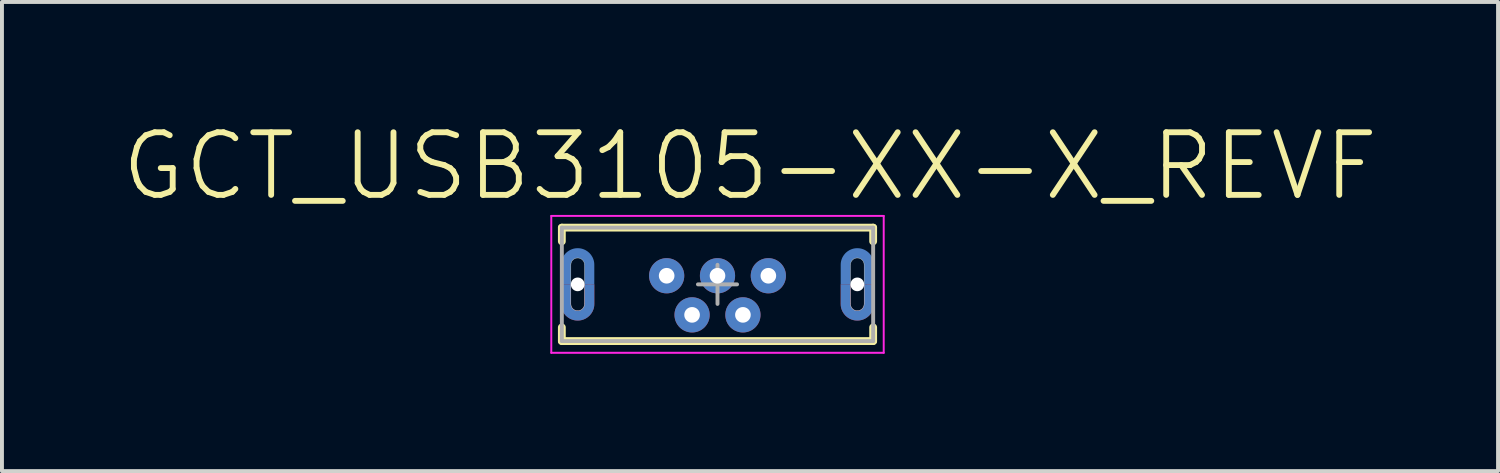
<source format=kicad_pcb>
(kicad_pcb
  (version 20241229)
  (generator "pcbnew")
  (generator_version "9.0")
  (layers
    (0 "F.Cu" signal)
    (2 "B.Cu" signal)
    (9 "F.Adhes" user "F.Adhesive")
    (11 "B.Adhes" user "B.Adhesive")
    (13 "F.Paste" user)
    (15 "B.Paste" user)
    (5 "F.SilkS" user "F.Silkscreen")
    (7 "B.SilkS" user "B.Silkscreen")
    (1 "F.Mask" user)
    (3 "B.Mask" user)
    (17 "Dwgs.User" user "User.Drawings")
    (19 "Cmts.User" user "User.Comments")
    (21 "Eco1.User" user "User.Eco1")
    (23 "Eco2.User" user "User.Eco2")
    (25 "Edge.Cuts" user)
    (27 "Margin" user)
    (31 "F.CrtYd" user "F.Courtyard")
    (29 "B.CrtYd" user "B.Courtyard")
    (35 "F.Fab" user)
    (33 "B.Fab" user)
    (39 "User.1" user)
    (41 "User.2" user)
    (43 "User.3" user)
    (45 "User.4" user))
  (footprint "GCT_USB3105-XX-X_REVF"
    (layer "F.Cu")
    (at 15.296 4.221)
    (property "Reference" "GCT_USB3105-XX-X_REVF" (at 0.831 -3.021 0) (layer "F.SilkS") (effects (font (size 1.602 1.602) (thickness 0.15))))
    (attr through_hole)
    (fp_poly (pts (xy -4.103 -1.025) (xy -3.05 -1.025) (xy -3.05 1.026) (xy -4.103 1.026)) (stroke (width 0.01) (type solid)) (fill yes) (layer "F.Mask"))
    (fp_poly (pts (xy 3.052 -1.025) (xy 4.1 -1.025) (xy 4.1 1.026) (xy 3.052 1.026)) (stroke (width 0.01) (type solid)) (fill yes) (layer "F.Mask"))
    (fp_poly (pts (xy -3.75 0) (xy -4 0) (xy -4 0.5) (xy -3.999 0.522) (xy -3.998 0.544) (xy -3.995 0.566) (xy -3.991 0.588) (xy -3.986 0.61) (xy -3.979 0.631) (xy -3.972 0.652) (xy -3.963 0.673) (xy -3.954 0.693) (xy -3.943 0.713) (xy -3.931 0.731) (xy -3.919 0.75) (xy -3.905 0.767) (xy -3.891 0.784) (xy -3.876 0.801) (xy -3.859 0.816) (xy -3.842 0.83) (xy -3.825 0.844) (xy -3.806 0.856) (xy -3.788 0.868) (xy -3.768 0.879) (xy -3.748 0.888) (xy -3.727 0.897) (xy -3.706 0.904) (xy -3.685 0.911) (xy -3.663 0.916) (xy -3.641 0.92) (xy -3.619 0.923) (xy -3.597 0.924) (xy -3.575 0.925) (xy -3.553 0.924) (xy -3.531 0.923) (xy -3.509 0.92) (xy -3.487 0.916) (xy -3.465 0.911) (xy -3.444 0.904) (xy -3.423 0.897) (xy -3.402 0.888) (xy -3.382 0.879) (xy -3.362 0.868) (xy -3.344 0.856) (xy -3.325 0.844) (xy -3.308 0.83) (xy -3.291 0.816) (xy -3.274 0.801) (xy -3.259 0.784) (xy -3.245 0.767) (xy -3.231 0.75) (xy -3.219 0.731) (xy -3.207 0.712) (xy -3.196 0.693) (xy -3.187 0.673) (xy -3.178 0.652) (xy -3.171 0.631) (xy -3.164 0.61) (xy -3.159 0.588) (xy -3.155 0.566) (xy -3.152 0.544) (xy -3.151 0.522) (xy -3.15 0.5) (xy -3.15 0) (xy -3.4 0) (xy -3.4 0.5) (xy -3.4 0.509) (xy -3.401 0.518) (xy -3.402 0.527) (xy -3.404 0.536) (xy -3.406 0.545) (xy -3.409 0.554) (xy -3.412 0.563) (xy -3.415 0.571) (xy -3.419 0.579) (xy -3.423 0.587) (xy -3.428 0.595) (xy -3.433 0.603) (xy -3.439 0.61) (xy -3.445 0.617) (xy -3.451 0.624) (xy -3.458 0.63) (xy -3.465 0.636) (xy -3.472 0.642) (xy -3.48 0.647) (xy -3.487 0.652) (xy -3.496 0.656) (xy -3.504 0.66) (xy -3.512 0.663) (xy -3.521 0.666) (xy -3.53 0.669) (xy -3.539 0.671) (xy -3.548 0.673) (xy -3.557 0.674) (xy -3.566 0.675) (xy -3.575 0.675) (xy -3.584 0.675) (xy -3.593 0.674) (xy -3.602 0.673) (xy -3.611 0.671) (xy -3.62 0.669) (xy -3.629 0.666) (xy -3.638 0.663) (xy -3.646 0.66) (xy -3.654 0.656) (xy -3.663 0.652) (xy -3.67 0.647) (xy -3.678 0.642) (xy -3.685 0.636) (xy -3.692 0.63) (xy -3.699 0.624) (xy -3.705 0.617) (xy -3.711 0.61) (xy -3.717 0.603) (xy -3.722 0.595) (xy -3.727 0.588) (xy -3.731 0.579) (xy -3.735 0.571) (xy -3.738 0.563) (xy -3.741 0.554) (xy -3.744 0.545) (xy -3.746 0.536) (xy -3.748 0.527) (xy -3.749 0.518) (xy -3.75 0.509) (xy -3.75 0.5) (xy -3.75 0)) (stroke (width 0.001) (type solid)) (fill yes) (layer "B.Cu"))
    (fp_poly (pts (xy -3.4 0) (xy -3.15 0) (xy -3.15 -0.5) (xy -3.151 -0.522) (xy -3.152 -0.544) (xy -3.155 -0.566) (xy -3.159 -0.588) (xy -3.164 -0.61) (xy -3.171 -0.631) (xy -3.178 -0.652) (xy -3.187 -0.673) (xy -3.196 -0.693) (xy -3.207 -0.712) (xy -3.219 -0.731) (xy -3.231 -0.75) (xy -3.245 -0.767) (xy -3.259 -0.784) (xy -3.274 -0.801) (xy -3.291 -0.816) (xy -3.308 -0.83) (xy -3.325 -0.844) (xy -3.344 -0.856) (xy -3.362 -0.868) (xy -3.382 -0.879) (xy -3.402 -0.888) (xy -3.423 -0.897) (xy -3.444 -0.904) (xy -3.465 -0.911) (xy -3.487 -0.916) (xy -3.509 -0.92) (xy -3.531 -0.923) (xy -3.553 -0.924) (xy -3.575 -0.925) (xy -3.597 -0.924) (xy -3.619 -0.923) (xy -3.641 -0.92) (xy -3.663 -0.916) (xy -3.685 -0.911) (xy -3.706 -0.904) (xy -3.727 -0.897) (xy -3.748 -0.888) (xy -3.768 -0.879) (xy -3.788 -0.868) (xy -3.806 -0.856) (xy -3.825 -0.844) (xy -3.842 -0.83) (xy -3.859 -0.816) (xy -3.876 -0.801) (xy -3.891 -0.784) (xy -3.905 -0.767) (xy -3.919 -0.75) (xy -3.931 -0.731) (xy -3.943 -0.713) (xy -3.954 -0.693) (xy -3.963 -0.673) (xy -3.972 -0.652) (xy -3.979 -0.631) (xy -3.986 -0.61) (xy -3.991 -0.588) (xy -3.995 -0.566) (xy -3.998 -0.544) (xy -3.999 -0.522) (xy -4 -0.5) (xy -4 0) (xy -3.75 0) (xy -3.75 -0.5) (xy -3.75 -0.509) (xy -3.749 -0.518) (xy -3.748 -0.527) (xy -3.746 -0.536) (xy -3.744 -0.545) (xy -3.741 -0.554) (xy -3.738 -0.563) (xy -3.735 -0.571) (xy -3.731 -0.579) (xy -3.727 -0.588) (xy -3.722 -0.595) (xy -3.717 -0.603) (xy -3.711 -0.61) (xy -3.705 -0.617) (xy -3.699 -0.624) (xy -3.692 -0.63) (xy -3.685 -0.636) (xy -3.678 -0.642) (xy -3.67 -0.647) (xy -3.663 -0.652) (xy -3.654 -0.656) (xy -3.646 -0.66) (xy -3.638 -0.663) (xy -3.629 -0.666) (xy -3.62 -0.669) (xy -3.611 -0.671) (xy -3.602 -0.673) (xy -3.593 -0.674) (xy -3.584 -0.675) (xy -3.575 -0.675) (xy -3.566 -0.675) (xy -3.557 -0.674) (xy -3.548 -0.673) (xy -3.539 -0.671) (xy -3.53 -0.669) (xy -3.521 -0.666) (xy -3.512 -0.663) (xy -3.504 -0.66) (xy -3.496 -0.656) (xy -3.487 -0.652) (xy -3.48 -0.647) (xy -3.472 -0.642) (xy -3.465 -0.636) (xy -3.458 -0.63) (xy -3.451 -0.624) (xy -3.445 -0.617) (xy -3.439 -0.61) (xy -3.433 -0.603) (xy -3.428 -0.595) (xy -3.423 -0.587) (xy -3.419 -0.579) (xy -3.415 -0.571) (xy -3.412 -0.563) (xy -3.409 -0.554) (xy -3.406 -0.545) (xy -3.404 -0.536) (xy -3.402 -0.527) (xy -3.401 -0.518) (xy -3.4 -0.509) (xy -3.4 -0.5) (xy -3.4 0)) (stroke (width 0.001) (type solid)) (fill yes) (layer "B.Cu"))
    (fp_poly (pts (xy 3.4 0) (xy 3.15 0) (xy 3.15 0.5) (xy 3.151 0.522) (xy 3.152 0.544) (xy 3.155 0.566) (xy 3.159 0.588) (xy 3.164 0.61) (xy 3.171 0.631) (xy 3.178 0.652) (xy 3.187 0.673) (xy 3.196 0.693) (xy 3.207 0.712) (xy 3.219 0.731) (xy 3.231 0.75) (xy 3.245 0.767) (xy 3.259 0.784) (xy 3.274 0.801) (xy 3.291 0.816) (xy 3.308 0.83) (xy 3.325 0.844) (xy 3.344 0.856) (xy 3.362 0.868) (xy 3.382 0.879) (xy 3.402 0.888) (xy 3.423 0.897) (xy 3.444 0.904) (xy 3.465 0.911) (xy 3.487 0.916) (xy 3.509 0.92) (xy 3.531 0.923) (xy 3.553 0.924) (xy 3.575 0.925) (xy 3.597 0.924) (xy 3.619 0.923) (xy 3.641 0.92) (xy 3.663 0.916) (xy 3.685 0.911) (xy 3.706 0.904) (xy 3.727 0.897) (xy 3.748 0.888) (xy 3.768 0.879) (xy 3.788 0.868) (xy 3.806 0.856) (xy 3.825 0.844) (xy 3.842 0.83) (xy 3.859 0.816) (xy 3.876 0.801) (xy 3.891 0.784) (xy 3.905 0.767) (xy 3.919 0.75) (xy 3.931 0.731) (xy 3.943 0.713) (xy 3.954 0.693) (xy 3.963 0.673) (xy 3.972 0.652) (xy 3.979 0.631) (xy 3.986 0.61) (xy 3.991 0.588) (xy 3.995 0.566) (xy 3.998 0.544) (xy 3.999 0.522) (xy 4 0.5) (xy 4 0) (xy 3.75 0) (xy 3.75 0.5) (xy 3.75 0.509) (xy 3.749 0.518) (xy 3.748 0.527) (xy 3.746 0.536) (xy 3.744 0.545) (xy 3.741 0.554) (xy 3.738 0.563) (xy 3.735 0.571) (xy 3.731 0.579) (xy 3.727 0.588) (xy 3.722 0.595) (xy 3.717 0.603) (xy 3.711 0.61) (xy 3.705 0.617) (xy 3.699 0.624) (xy 3.692 0.63) (xy 3.685 0.636) (xy 3.678 0.642) (xy 3.67 0.647) (xy 3.663 0.652) (xy 3.654 0.656) (xy 3.646 0.66) (xy 3.638 0.663) (xy 3.629 0.666) (xy 3.62 0.669) (xy 3.611 0.671) (xy 3.602 0.673) (xy 3.593 0.674) (xy 3.584 0.675) (xy 3.575 0.675) (xy 3.566 0.675) (xy 3.557 0.674) (xy 3.548 0.673) (xy 3.539 0.671) (xy 3.53 0.669) (xy 3.521 0.666) (xy 3.512 0.663) (xy 3.504 0.66) (xy 3.496 0.656) (xy 3.487 0.652) (xy 3.48 0.647) (xy 3.472 0.642) (xy 3.465 0.636) (xy 3.458 0.63) (xy 3.451 0.624) (xy 3.445 0.617) (xy 3.439 0.61) (xy 3.433 0.603) (xy 3.428 0.595) (xy 3.423 0.587) (xy 3.419 0.579) (xy 3.415 0.571) (xy 3.412 0.563) (xy 3.409 0.554) (xy 3.406 0.545) (xy 3.404 0.536) (xy 3.402 0.527) (xy 3.401 0.518) (xy 3.4 0.509) (xy 3.4 0.5) (xy 3.4 0)) (stroke (width 0.001) (type solid)) (fill yes) (layer "B.Cu"))
    (fp_poly (pts (xy 3.75 0) (xy 4 0) (xy 4 -0.5) (xy 3.999 -0.522) (xy 3.998 -0.544) (xy 3.995 -0.566) (xy 3.991 -0.588) (xy 3.986 -0.61) (xy 3.979 -0.631) (xy 3.972 -0.652) (xy 3.963 -0.673) (xy 3.954 -0.693) (xy 3.943 -0.713) (xy 3.931 -0.731) (xy 3.919 -0.75) (xy 3.905 -0.767) (xy 3.891 -0.784) (xy 3.876 -0.801) (xy 3.859 -0.816) (xy 3.842 -0.83) (xy 3.825 -0.844) (xy 3.806 -0.856) (xy 3.788 -0.868) (xy 3.768 -0.879) (xy 3.748 -0.888) (xy 3.727 -0.897) (xy 3.706 -0.904) (xy 3.685 -0.911) (xy 3.663 -0.916) (xy 3.641 -0.92) (xy 3.619 -0.923) (xy 3.597 -0.924) (xy 3.575 -0.925) (xy 3.553 -0.924) (xy 3.531 -0.923) (xy 3.509 -0.92) (xy 3.487 -0.916) (xy 3.465 -0.911) (xy 3.444 -0.904) (xy 3.423 -0.897) (xy 3.402 -0.888) (xy 3.382 -0.879) (xy 3.362 -0.868) (xy 3.344 -0.856) (xy 3.325 -0.844) (xy 3.308 -0.83) (xy 3.291 -0.816) (xy 3.274 -0.801) (xy 3.259 -0.784) (xy 3.245 -0.767) (xy 3.231 -0.75) (xy 3.219 -0.731) (xy 3.207 -0.712) (xy 3.196 -0.693) (xy 3.187 -0.673) (xy 3.178 -0.652) (xy 3.171 -0.631) (xy 3.164 -0.61) (xy 3.159 -0.588) (xy 3.155 -0.566) (xy 3.152 -0.544) (xy 3.151 -0.522) (xy 3.15 -0.5) (xy 3.15 0) (xy 3.4 0) (xy 3.4 -0.5) (xy 3.4 -0.509) (xy 3.401 -0.518) (xy 3.402 -0.527) (xy 3.404 -0.536) (xy 3.406 -0.545) (xy 3.409 -0.554) (xy 3.412 -0.563) (xy 3.415 -0.571) (xy 3.419 -0.579) (xy 3.423 -0.587) (xy 3.428 -0.595) (xy 3.433 -0.603) (xy 3.439 -0.61) (xy 3.445 -0.617) (xy 3.451 -0.624) (xy 3.458 -0.63) (xy 3.465 -0.636) (xy 3.472 -0.642) (xy 3.48 -0.647) (xy 3.487 -0.652) (xy 3.496 -0.656) (xy 3.504 -0.66) (xy 3.512 -0.663) (xy 3.521 -0.666) (xy 3.53 -0.669) (xy 3.539 -0.671) (xy 3.548 -0.673) (xy 3.557 -0.674) (xy 3.566 -0.675) (xy 3.575 -0.675) (xy 3.584 -0.675) (xy 3.593 -0.674) (xy 3.602 -0.673) (xy 3.611 -0.671) (xy 3.62 -0.669) (xy 3.629 -0.666) (xy 3.638 -0.663) (xy 3.646 -0.66) (xy 3.654 -0.656) (xy 3.663 -0.652) (xy 3.67 -0.647) (xy 3.678 -0.642) (xy 3.685 -0.636) (xy 3.692 -0.63) (xy 3.699 -0.624) (xy 3.705 -0.617) (xy 3.711 -0.61) (xy 3.717 -0.603) (xy 3.722 -0.595) (xy 3.727 -0.588) (xy 3.731 -0.579) (xy 3.735 -0.571) (xy 3.738 -0.563) (xy 3.741 -0.554) (xy 3.744 -0.545) (xy 3.746 -0.536) (xy 3.748 -0.527) (xy 3.749 -0.518) (xy 3.75 -0.509) (xy 3.75 -0.5) (xy 3.75 0)) (stroke (width 0.001) (type solid)) (fill yes) (layer "B.Cu"))
    (fp_poly (pts (xy -4.108 -1.025) (xy -3.05 -1.025) (xy -3.05 1.027) (xy -4.108 1.027)) (stroke (width 0.01) (type solid)) (fill yes) (layer "B.Mask"))
    (fp_poly (pts (xy 3.053 -1.025) (xy 4.1 -1.025) (xy 4.1 1.026) (xy 3.053 1.026)) (stroke (width 0.01) (type solid)) (fill yes) (layer "B.Mask"))
    (fp_line (start -3.98 -1.45) (end 3.98 -1.45) (stroke (width 0.2) (type solid)) (layer "F.SilkS"))
    (fp_line (start -3.98 -1.1) (end -3.98 -1.45) (stroke (width 0.2) (type solid)) (layer "F.SilkS"))
    (fp_line (start -3.98 1.45) (end -3.98 1.1) (stroke (width 0.2) (type solid)) (layer "F.SilkS"))
    (fp_line (start -3.98 1.45) (end 3.98 1.45) (stroke (width 0.2) (type solid)) (layer "F.SilkS"))
    (fp_line (start 3.98 -1.1) (end 3.98 -1.45) (stroke (width 0.2) (type solid)) (layer "F.SilkS"))
    (fp_line (start 3.98 1.45) (end 3.98 1.1) (stroke (width 0.2) (type solid)) (layer "F.SilkS"))
    (fp_poly (pts (xy -3.75 0) (xy -4 0) (xy -4 0.5) (xy -3.999 0.522) (xy -3.998 0.544) (xy -3.995 0.566) (xy -3.991 0.588) (xy -3.986 0.61) (xy -3.979 0.631) (xy -3.972 0.652) (xy -3.963 0.673) (xy -3.954 0.693) (xy -3.943 0.713) (xy -3.931 0.731) (xy -3.919 0.75) (xy -3.905 0.767) (xy -3.891 0.784) (xy -3.876 0.801) (xy -3.859 0.816) (xy -3.842 0.83) (xy -3.825 0.844) (xy -3.806 0.856) (xy -3.788 0.868) (xy -3.768 0.879) (xy -3.748 0.888) (xy -3.727 0.897) (xy -3.706 0.904) (xy -3.685 0.911) (xy -3.663 0.916) (xy -3.641 0.92) (xy -3.619 0.923) (xy -3.597 0.924) (xy -3.575 0.925) (xy -3.553 0.924) (xy -3.531 0.923) (xy -3.509 0.92) (xy -3.487 0.916) (xy -3.465 0.911) (xy -3.444 0.904) (xy -3.423 0.897) (xy -3.402 0.888) (xy -3.382 0.879) (xy -3.362 0.868) (xy -3.344 0.856) (xy -3.325 0.844) (xy -3.308 0.83) (xy -3.291 0.816) (xy -3.274 0.801) (xy -3.259 0.784) (xy -3.245 0.767) (xy -3.231 0.75) (xy -3.219 0.731) (xy -3.207 0.712) (xy -3.196 0.693) (xy -3.187 0.673) (xy -3.178 0.652) (xy -3.171 0.631) (xy -3.164 0.61) (xy -3.159 0.588) (xy -3.155 0.566) (xy -3.152 0.544) (xy -3.151 0.522) (xy -3.15 0.5) (xy -3.15 0) (xy -3.4 0) (xy -3.4 0.5) (xy -3.4 0.509) (xy -3.401 0.518) (xy -3.402 0.527) (xy -3.404 0.536) (xy -3.406 0.545) (xy -3.409 0.554) (xy -3.412 0.563) (xy -3.415 0.571) (xy -3.419 0.579) (xy -3.423 0.587) (xy -3.428 0.595) (xy -3.433 0.603) (xy -3.439 0.61) (xy -3.445 0.617) (xy -3.451 0.624) (xy -3.458 0.63) (xy -3.465 0.636) (xy -3.472 0.642) (xy -3.48 0.647) (xy -3.487 0.652) (xy -3.496 0.656) (xy -3.504 0.66) (xy -3.512 0.663) (xy -3.521 0.666) (xy -3.53 0.669) (xy -3.539 0.671) (xy -3.548 0.673) (xy -3.557 0.674) (xy -3.566 0.675) (xy -3.575 0.675) (xy -3.584 0.675) (xy -3.593 0.674) (xy -3.602 0.673) (xy -3.611 0.671) (xy -3.62 0.669) (xy -3.629 0.666) (xy -3.638 0.663) (xy -3.646 0.66) (xy -3.654 0.656) (xy -3.663 0.652) (xy -3.67 0.647) (xy -3.678 0.642) (xy -3.685 0.636) (xy -3.692 0.63) (xy -3.699 0.624) (xy -3.705 0.617) (xy -3.711 0.61) (xy -3.717 0.603) (xy -3.722 0.595) (xy -3.727 0.588) (xy -3.731 0.579) (xy -3.735 0.571) (xy -3.738 0.563) (xy -3.741 0.554) (xy -3.744 0.545) (xy -3.746 0.536) (xy -3.748 0.527) (xy -3.749 0.518) (xy -3.75 0.509) (xy -3.75 0.5) (xy -3.75 0)) (stroke (width 0.001) (type solid)) (fill yes) (layer "F.Paste"))
    (fp_poly (pts (xy -3.4 0) (xy -3.15 0) (xy -3.15 -0.5) (xy -3.151 -0.522) (xy -3.152 -0.544) (xy -3.155 -0.566) (xy -3.159 -0.588) (xy -3.164 -0.61) (xy -3.171 -0.631) (xy -3.178 -0.652) (xy -3.187 -0.673) (xy -3.196 -0.693) (xy -3.207 -0.712) (xy -3.219 -0.731) (xy -3.231 -0.75) (xy -3.245 -0.767) (xy -3.259 -0.784) (xy -3.274 -0.801) (xy -3.291 -0.816) (xy -3.308 -0.83) (xy -3.325 -0.844) (xy -3.344 -0.856) (xy -3.362 -0.868) (xy -3.382 -0.879) (xy -3.402 -0.888) (xy -3.423 -0.897) (xy -3.444 -0.904) (xy -3.465 -0.911) (xy -3.487 -0.916) (xy -3.509 -0.92) (xy -3.531 -0.923) (xy -3.553 -0.924) (xy -3.575 -0.925) (xy -3.597 -0.924) (xy -3.619 -0.923) (xy -3.641 -0.92) (xy -3.663 -0.916) (xy -3.685 -0.911) (xy -3.706 -0.904) (xy -3.727 -0.897) (xy -3.748 -0.888) (xy -3.768 -0.879) (xy -3.788 -0.868) (xy -3.806 -0.856) (xy -3.825 -0.844) (xy -3.842 -0.83) (xy -3.859 -0.816) (xy -3.876 -0.801) (xy -3.891 -0.784) (xy -3.905 -0.767) (xy -3.919 -0.75) (xy -3.931 -0.731) (xy -3.943 -0.713) (xy -3.954 -0.693) (xy -3.963 -0.673) (xy -3.972 -0.652) (xy -3.979 -0.631) (xy -3.986 -0.61) (xy -3.991 -0.588) (xy -3.995 -0.566) (xy -3.998 -0.544) (xy -3.999 -0.522) (xy -4 -0.5) (xy -4 0) (xy -3.75 0) (xy -3.75 -0.5) (xy -3.75 -0.509) (xy -3.749 -0.518) (xy -3.748 -0.527) (xy -3.746 -0.536) (xy -3.744 -0.545) (xy -3.741 -0.554) (xy -3.738 -0.563) (xy -3.735 -0.571) (xy -3.731 -0.579) (xy -3.727 -0.588) (xy -3.722 -0.595) (xy -3.717 -0.603) (xy -3.711 -0.61) (xy -3.705 -0.617) (xy -3.699 -0.624) (xy -3.692 -0.63) (xy -3.685 -0.636) (xy -3.678 -0.642) (xy -3.67 -0.647) (xy -3.663 -0.652) (xy -3.654 -0.656) (xy -3.646 -0.66) (xy -3.638 -0.663) (xy -3.629 -0.666) (xy -3.62 -0.669) (xy -3.611 -0.671) (xy -3.602 -0.673) (xy -3.593 -0.674) (xy -3.584 -0.675) (xy -3.575 -0.675) (xy -3.566 -0.675) (xy -3.557 -0.674) (xy -3.548 -0.673) (xy -3.539 -0.671) (xy -3.53 -0.669) (xy -3.521 -0.666) (xy -3.512 -0.663) (xy -3.504 -0.66) (xy -3.496 -0.656) (xy -3.487 -0.652) (xy -3.48 -0.647) (xy -3.472 -0.642) (xy -3.465 -0.636) (xy -3.458 -0.63) (xy -3.451 -0.624) (xy -3.445 -0.617) (xy -3.439 -0.61) (xy -3.433 -0.603) (xy -3.428 -0.595) (xy -3.423 -0.587) (xy -3.419 -0.579) (xy -3.415 -0.571) (xy -3.412 -0.563) (xy -3.409 -0.554) (xy -3.406 -0.545) (xy -3.404 -0.536) (xy -3.402 -0.527) (xy -3.401 -0.518) (xy -3.4 -0.509) (xy -3.4 -0.5) (xy -3.4 0)) (stroke (width 0.001) (type solid)) (fill yes) (layer "F.Paste"))
    (fp_poly (pts (xy 3.4 0) (xy 3.15 0) (xy 3.15 0.5) (xy 3.151 0.522) (xy 3.152 0.544) (xy 3.155 0.566) (xy 3.159 0.588) (xy 3.164 0.61) (xy 3.171 0.631) (xy 3.178 0.652) (xy 3.187 0.673) (xy 3.196 0.693) (xy 3.207 0.712) (xy 3.219 0.731) (xy 3.231 0.75) (xy 3.245 0.767) (xy 3.259 0.784) (xy 3.274 0.801) (xy 3.291 0.816) (xy 3.308 0.83) (xy 3.325 0.844) (xy 3.344 0.856) (xy 3.362 0.868) (xy 3.382 0.879) (xy 3.402 0.888) (xy 3.423 0.897) (xy 3.444 0.904) (xy 3.465 0.911) (xy 3.487 0.916) (xy 3.509 0.92) (xy 3.531 0.923) (xy 3.553 0.924) (xy 3.575 0.925) (xy 3.597 0.924) (xy 3.619 0.923) (xy 3.641 0.92) (xy 3.663 0.916) (xy 3.685 0.911) (xy 3.706 0.904) (xy 3.727 0.897) (xy 3.748 0.888) (xy 3.768 0.879) (xy 3.788 0.868) (xy 3.806 0.856) (xy 3.825 0.844) (xy 3.842 0.83) (xy 3.859 0.816) (xy 3.876 0.801) (xy 3.891 0.784) (xy 3.905 0.767) (xy 3.919 0.75) (xy 3.931 0.731) (xy 3.943 0.713) (xy 3.954 0.693) (xy 3.963 0.673) (xy 3.972 0.652) (xy 3.979 0.631) (xy 3.986 0.61) (xy 3.991 0.588) (xy 3.995 0.566) (xy 3.998 0.544) (xy 3.999 0.522) (xy 4 0.5) (xy 4 0) (xy 3.75 0) (xy 3.75 0.5) (xy 3.75 0.509) (xy 3.749 0.518) (xy 3.748 0.527) (xy 3.746 0.536) (xy 3.744 0.545) (xy 3.741 0.554) (xy 3.738 0.563) (xy 3.735 0.571) (xy 3.731 0.579) (xy 3.727 0.588) (xy 3.722 0.595) (xy 3.717 0.603) (xy 3.711 0.61) (xy 3.705 0.617) (xy 3.699 0.624) (xy 3.692 0.63) (xy 3.685 0.636) (xy 3.678 0.642) (xy 3.67 0.647) (xy 3.663 0.652) (xy 3.654 0.656) (xy 3.646 0.66) (xy 3.638 0.663) (xy 3.629 0.666) (xy 3.62 0.669) (xy 3.611 0.671) (xy 3.602 0.673) (xy 3.593 0.674) (xy 3.584 0.675) (xy 3.575 0.675) (xy 3.566 0.675) (xy 3.557 0.674) (xy 3.548 0.673) (xy 3.539 0.671) (xy 3.53 0.669) (xy 3.521 0.666) (xy 3.512 0.663) (xy 3.504 0.66) (xy 3.496 0.656) (xy 3.487 0.652) (xy 3.48 0.647) (xy 3.472 0.642) (xy 3.465 0.636) (xy 3.458 0.63) (xy 3.451 0.624) (xy 3.445 0.617) (xy 3.439 0.61) (xy 3.433 0.603) (xy 3.428 0.595) (xy 3.423 0.587) (xy 3.419 0.579) (xy 3.415 0.571) (xy 3.412 0.563) (xy 3.409 0.554) (xy 3.406 0.545) (xy 3.404 0.536) (xy 3.402 0.527) (xy 3.401 0.518) (xy 3.4 0.509) (xy 3.4 0.5) (xy 3.4 0)) (stroke (width 0.001) (type solid)) (fill yes) (layer "F.Paste"))
    (fp_poly (pts (xy 3.75 0) (xy 4 0) (xy 4 -0.5) (xy 3.999 -0.522) (xy 3.998 -0.544) (xy 3.995 -0.566) (xy 3.991 -0.588) (xy 3.986 -0.61) (xy 3.979 -0.631) (xy 3.972 -0.652) (xy 3.963 -0.673) (xy 3.954 -0.693) (xy 3.943 -0.713) (xy 3.931 -0.731) (xy 3.919 -0.75) (xy 3.905 -0.767) (xy 3.891 -0.784) (xy 3.876 -0.801) (xy 3.859 -0.816) (xy 3.842 -0.83) (xy 3.825 -0.844) (xy 3.806 -0.856) (xy 3.788 -0.868) (xy 3.768 -0.879) (xy 3.748 -0.888) (xy 3.727 -0.897) (xy 3.706 -0.904) (xy 3.685 -0.911) (xy 3.663 -0.916) (xy 3.641 -0.92) (xy 3.619 -0.923) (xy 3.597 -0.924) (xy 3.575 -0.925) (xy 3.553 -0.924) (xy 3.531 -0.923) (xy 3.509 -0.92) (xy 3.487 -0.916) (xy 3.465 -0.911) (xy 3.444 -0.904) (xy 3.423 -0.897) (xy 3.402 -0.888) (xy 3.382 -0.879) (xy 3.362 -0.868) (xy 3.344 -0.856) (xy 3.325 -0.844) (xy 3.308 -0.83) (xy 3.291 -0.816) (xy 3.274 -0.801) (xy 3.259 -0.784) (xy 3.245 -0.767) (xy 3.231 -0.75) (xy 3.219 -0.731) (xy 3.207 -0.712) (xy 3.196 -0.693) (xy 3.187 -0.673) (xy 3.178 -0.652) (xy 3.171 -0.631) (xy 3.164 -0.61) (xy 3.159 -0.588) (xy 3.155 -0.566) (xy 3.152 -0.544) (xy 3.151 -0.522) (xy 3.15 -0.5) (xy 3.15 0) (xy 3.4 0) (xy 3.4 -0.5) (xy 3.4 -0.509) (xy 3.401 -0.518) (xy 3.402 -0.527) (xy 3.404 -0.536) (xy 3.406 -0.545) (xy 3.409 -0.554) (xy 3.412 -0.563) (xy 3.415 -0.571) (xy 3.419 -0.579) (xy 3.423 -0.587) (xy 3.428 -0.595) (xy 3.433 -0.603) (xy 3.439 -0.61) (xy 3.445 -0.617) (xy 3.451 -0.624) (xy 3.458 -0.63) (xy 3.465 -0.636) (xy 3.472 -0.642) (xy 3.48 -0.647) (xy 3.487 -0.652) (xy 3.496 -0.656) (xy 3.504 -0.66) (xy 3.512 -0.663) (xy 3.521 -0.666) (xy 3.53 -0.669) (xy 3.539 -0.671) (xy 3.548 -0.673) (xy 3.557 -0.674) (xy 3.566 -0.675) (xy 3.575 -0.675) (xy 3.584 -0.675) (xy 3.593 -0.674) (xy 3.602 -0.673) (xy 3.611 -0.671) (xy 3.62 -0.669) (xy 3.629 -0.666) (xy 3.638 -0.663) (xy 3.646 -0.66) (xy 3.654 -0.656) (xy 3.663 -0.652) (xy 3.67 -0.647) (xy 3.678 -0.642) (xy 3.685 -0.636) (xy 3.692 -0.63) (xy 3.699 -0.624) (xy 3.705 -0.617) (xy 3.711 -0.61) (xy 3.717 -0.603) (xy 3.722 -0.595) (xy 3.727 -0.588) (xy 3.731 -0.579) (xy 3.735 -0.571) (xy 3.738 -0.563) (xy 3.741 -0.554) (xy 3.744 -0.545) (xy 3.746 -0.536) (xy 3.748 -0.527) (xy 3.749 -0.518) (xy 3.75 -0.509) (xy 3.75 -0.5) (xy 3.75 0)) (stroke (width 0.001) (type solid)) (fill yes) (layer "F.Paste"))
    (fp_poly (pts (xy -3.75 0) (xy -4 0) (xy -4 0.5) (xy -3.999 0.522) (xy -3.998 0.544) (xy -3.995 0.566) (xy -3.991 0.588) (xy -3.986 0.61) (xy -3.979 0.631) (xy -3.972 0.652) (xy -3.963 0.673) (xy -3.954 0.693) (xy -3.943 0.713) (xy -3.931 0.731) (xy -3.919 0.75) (xy -3.905 0.767) (xy -3.891 0.784) (xy -3.876 0.801) (xy -3.859 0.816) (xy -3.842 0.83) (xy -3.825 0.844) (xy -3.806 0.856) (xy -3.788 0.868) (xy -3.768 0.879) (xy -3.748 0.888) (xy -3.727 0.897) (xy -3.706 0.904) (xy -3.685 0.911) (xy -3.663 0.916) (xy -3.641 0.92) (xy -3.619 0.923) (xy -3.597 0.924) (xy -3.575 0.925) (xy -3.553 0.924) (xy -3.531 0.923) (xy -3.509 0.92) (xy -3.487 0.916) (xy -3.465 0.911) (xy -3.444 0.904) (xy -3.423 0.897) (xy -3.402 0.888) (xy -3.382 0.879) (xy -3.362 0.868) (xy -3.344 0.856) (xy -3.325 0.844) (xy -3.308 0.83) (xy -3.291 0.816) (xy -3.274 0.801) (xy -3.259 0.784) (xy -3.245 0.767) (xy -3.231 0.75) (xy -3.219 0.731) (xy -3.207 0.712) (xy -3.196 0.693) (xy -3.187 0.673) (xy -3.178 0.652) (xy -3.171 0.631) (xy -3.164 0.61) (xy -3.159 0.588) (xy -3.155 0.566) (xy -3.152 0.544) (xy -3.151 0.522) (xy -3.15 0.5) (xy -3.15 0) (xy -3.4 0) (xy -3.4 0.5) (xy -3.4 0.509) (xy -3.401 0.518) (xy -3.402 0.527) (xy -3.404 0.536) (xy -3.406 0.545) (xy -3.409 0.554) (xy -3.412 0.563) (xy -3.415 0.571) (xy -3.419 0.579) (xy -3.423 0.587) (xy -3.428 0.595) (xy -3.433 0.603) (xy -3.439 0.61) (xy -3.445 0.617) (xy -3.451 0.624) (xy -3.458 0.63) (xy -3.465 0.636) (xy -3.472 0.642) (xy -3.48 0.647) (xy -3.487 0.652) (xy -3.496 0.656) (xy -3.504 0.66) (xy -3.512 0.663) (xy -3.521 0.666) (xy -3.53 0.669) (xy -3.539 0.671) (xy -3.548 0.673) (xy -3.557 0.674) (xy -3.566 0.675) (xy -3.575 0.675) (xy -3.584 0.675) (xy -3.593 0.674) (xy -3.602 0.673) (xy -3.611 0.671) (xy -3.62 0.669) (xy -3.629 0.666) (xy -3.638 0.663) (xy -3.646 0.66) (xy -3.654 0.656) (xy -3.663 0.652) (xy -3.67 0.647) (xy -3.678 0.642) (xy -3.685 0.636) (xy -3.692 0.63) (xy -3.699 0.624) (xy -3.705 0.617) (xy -3.711 0.61) (xy -3.717 0.603) (xy -3.722 0.595) (xy -3.727 0.588) (xy -3.731 0.579) (xy -3.735 0.571) (xy -3.738 0.563) (xy -3.741 0.554) (xy -3.744 0.545) (xy -3.746 0.536) (xy -3.748 0.527) (xy -3.749 0.518) (xy -3.75 0.509) (xy -3.75 0.5) (xy -3.75 0)) (stroke (width 0.001) (type solid)) (fill yes) (layer "B.Paste"))
    (fp_poly (pts (xy -3.4 0) (xy -3.15 0) (xy -3.15 -0.5) (xy -3.151 -0.522) (xy -3.152 -0.544) (xy -3.155 -0.566) (xy -3.159 -0.588) (xy -3.164 -0.61) (xy -3.171 -0.631) (xy -3.178 -0.652) (xy -3.187 -0.673) (xy -3.196 -0.693) (xy -3.207 -0.712) (xy -3.219 -0.731) (xy -3.231 -0.75) (xy -3.245 -0.767) (xy -3.259 -0.784) (xy -3.274 -0.801) (xy -3.291 -0.816) (xy -3.308 -0.83) (xy -3.325 -0.844) (xy -3.344 -0.856) (xy -3.362 -0.868) (xy -3.382 -0.879) (xy -3.402 -0.888) (xy -3.423 -0.897) (xy -3.444 -0.904) (xy -3.465 -0.911) (xy -3.487 -0.916) (xy -3.509 -0.92) (xy -3.531 -0.923) (xy -3.553 -0.924) (xy -3.575 -0.925) (xy -3.597 -0.924) (xy -3.619 -0.923) (xy -3.641 -0.92) (xy -3.663 -0.916) (xy -3.685 -0.911) (xy -3.706 -0.904) (xy -3.727 -0.897) (xy -3.748 -0.888) (xy -3.768 -0.879) (xy -3.788 -0.868) (xy -3.806 -0.856) (xy -3.825 -0.844) (xy -3.842 -0.83) (xy -3.859 -0.816) (xy -3.876 -0.801) (xy -3.891 -0.784) (xy -3.905 -0.767) (xy -3.919 -0.75) (xy -3.931 -0.731) (xy -3.943 -0.713) (xy -3.954 -0.693) (xy -3.963 -0.673) (xy -3.972 -0.652) (xy -3.979 -0.631) (xy -3.986 -0.61) (xy -3.991 -0.588) (xy -3.995 -0.566) (xy -3.998 -0.544) (xy -3.999 -0.522) (xy -4 -0.5) (xy -4 0) (xy -3.75 0) (xy -3.75 -0.5) (xy -3.75 -0.509) (xy -3.749 -0.518) (xy -3.748 -0.527) (xy -3.746 -0.536) (xy -3.744 -0.545) (xy -3.741 -0.554) (xy -3.738 -0.563) (xy -3.735 -0.571) (xy -3.731 -0.579) (xy -3.727 -0.588) (xy -3.722 -0.595) (xy -3.717 -0.603) (xy -3.711 -0.61) (xy -3.705 -0.617) (xy -3.699 -0.624) (xy -3.692 -0.63) (xy -3.685 -0.636) (xy -3.678 -0.642) (xy -3.67 -0.647) (xy -3.663 -0.652) (xy -3.654 -0.656) (xy -3.646 -0.66) (xy -3.638 -0.663) (xy -3.629 -0.666) (xy -3.62 -0.669) (xy -3.611 -0.671) (xy -3.602 -0.673) (xy -3.593 -0.674) (xy -3.584 -0.675) (xy -3.575 -0.675) (xy -3.566 -0.675) (xy -3.557 -0.674) (xy -3.548 -0.673) (xy -3.539 -0.671) (xy -3.53 -0.669) (xy -3.521 -0.666) (xy -3.512 -0.663) (xy -3.504 -0.66) (xy -3.496 -0.656) (xy -3.487 -0.652) (xy -3.48 -0.647) (xy -3.472 -0.642) (xy -3.465 -0.636) (xy -3.458 -0.63) (xy -3.451 -0.624) (xy -3.445 -0.617) (xy -3.439 -0.61) (xy -3.433 -0.603) (xy -3.428 -0.595) (xy -3.423 -0.587) (xy -3.419 -0.579) (xy -3.415 -0.571) (xy -3.412 -0.563) (xy -3.409 -0.554) (xy -3.406 -0.545) (xy -3.404 -0.536) (xy -3.402 -0.527) (xy -3.401 -0.518) (xy -3.4 -0.509) (xy -3.4 -0.5) (xy -3.4 0)) (stroke (width 0.001) (type solid)) (fill yes) (layer "B.Paste"))
    (fp_poly (pts (xy 3.4 0) (xy 3.15 0) (xy 3.15 0.5) (xy 3.151 0.522) (xy 3.152 0.544) (xy 3.155 0.566) (xy 3.159 0.588) (xy 3.164 0.61) (xy 3.171 0.631) (xy 3.178 0.652) (xy 3.187 0.673) (xy 3.196 0.693) (xy 3.207 0.712) (xy 3.219 0.731) (xy 3.231 0.75) (xy 3.245 0.767) (xy 3.259 0.784) (xy 3.274 0.801) (xy 3.291 0.816) (xy 3.308 0.83) (xy 3.325 0.844) (xy 3.344 0.856) (xy 3.362 0.868) (xy 3.382 0.879) (xy 3.402 0.888) (xy 3.423 0.897) (xy 3.444 0.904) (xy 3.465 0.911) (xy 3.487 0.916) (xy 3.509 0.92) (xy 3.531 0.923) (xy 3.553 0.924) (xy 3.575 0.925) (xy 3.597 0.924) (xy 3.619 0.923) (xy 3.641 0.92) (xy 3.663 0.916) (xy 3.685 0.911) (xy 3.706 0.904) (xy 3.727 0.897) (xy 3.748 0.888) (xy 3.768 0.879) (xy 3.788 0.868) (xy 3.806 0.856) (xy 3.825 0.844) (xy 3.842 0.83) (xy 3.859 0.816) (xy 3.876 0.801) (xy 3.891 0.784) (xy 3.905 0.767) (xy 3.919 0.75) (xy 3.931 0.731) (xy 3.943 0.713) (xy 3.954 0.693) (xy 3.963 0.673) (xy 3.972 0.652) (xy 3.979 0.631) (xy 3.986 0.61) (xy 3.991 0.588) (xy 3.995 0.566) (xy 3.998 0.544) (xy 3.999 0.522) (xy 4 0.5) (xy 4 0) (xy 3.75 0) (xy 3.75 0.5) (xy 3.75 0.509) (xy 3.749 0.518) (xy 3.748 0.527) (xy 3.746 0.536) (xy 3.744 0.545) (xy 3.741 0.554) (xy 3.738 0.563) (xy 3.735 0.571) (xy 3.731 0.579) (xy 3.727 0.588) (xy 3.722 0.595) (xy 3.717 0.603) (xy 3.711 0.61) (xy 3.705 0.617) (xy 3.699 0.624) (xy 3.692 0.63) (xy 3.685 0.636) (xy 3.678 0.642) (xy 3.67 0.647) (xy 3.663 0.652) (xy 3.654 0.656) (xy 3.646 0.66) (xy 3.638 0.663) (xy 3.629 0.666) (xy 3.62 0.669) (xy 3.611 0.671) (xy 3.602 0.673) (xy 3.593 0.674) (xy 3.584 0.675) (xy 3.575 0.675) (xy 3.566 0.675) (xy 3.557 0.674) (xy 3.548 0.673) (xy 3.539 0.671) (xy 3.53 0.669) (xy 3.521 0.666) (xy 3.512 0.663) (xy 3.504 0.66) (xy 3.496 0.656) (xy 3.487 0.652) (xy 3.48 0.647) (xy 3.472 0.642) (xy 3.465 0.636) (xy 3.458 0.63) (xy 3.451 0.624) (xy 3.445 0.617) (xy 3.439 0.61) (xy 3.433 0.603) (xy 3.428 0.595) (xy 3.423 0.587) (xy 3.419 0.579) (xy 3.415 0.571) (xy 3.412 0.563) (xy 3.409 0.554) (xy 3.406 0.545) (xy 3.404 0.536) (xy 3.402 0.527) (xy 3.401 0.518) (xy 3.4 0.509) (xy 3.4 0.5) (xy 3.4 0)) (stroke (width 0.001) (type solid)) (fill yes) (layer "B.Paste"))
    (fp_poly (pts (xy 3.75 0) (xy 4 0) (xy 4 -0.5) (xy 3.999 -0.522) (xy 3.998 -0.544) (xy 3.995 -0.566) (xy 3.991 -0.588) (xy 3.986 -0.61) (xy 3.979 -0.631) (xy 3.972 -0.652) (xy 3.963 -0.673) (xy 3.954 -0.693) (xy 3.943 -0.713) (xy 3.931 -0.731) (xy 3.919 -0.75) (xy 3.905 -0.767) (xy 3.891 -0.784) (xy 3.876 -0.801) (xy 3.859 -0.816) (xy 3.842 -0.83) (xy 3.825 -0.844) (xy 3.806 -0.856) (xy 3.788 -0.868) (xy 3.768 -0.879) (xy 3.748 -0.888) (xy 3.727 -0.897) (xy 3.706 -0.904) (xy 3.685 -0.911) (xy 3.663 -0.916) (xy 3.641 -0.92) (xy 3.619 -0.923) (xy 3.597 -0.924) (xy 3.575 -0.925) (xy 3.553 -0.924) (xy 3.531 -0.923) (xy 3.509 -0.92) (xy 3.487 -0.916) (xy 3.465 -0.911) (xy 3.444 -0.904) (xy 3.423 -0.897) (xy 3.402 -0.888) (xy 3.382 -0.879) (xy 3.362 -0.868) (xy 3.344 -0.856) (xy 3.325 -0.844) (xy 3.308 -0.83) (xy 3.291 -0.816) (xy 3.274 -0.801) (xy 3.259 -0.784) (xy 3.245 -0.767) (xy 3.231 -0.75) (xy 3.219 -0.731) (xy 3.207 -0.712) (xy 3.196 -0.693) (xy 3.187 -0.673) (xy 3.178 -0.652) (xy 3.171 -0.631) (xy 3.164 -0.61) (xy 3.159 -0.588) (xy 3.155 -0.566) (xy 3.152 -0.544) (xy 3.151 -0.522) (xy 3.15 -0.5) (xy 3.15 0) (xy 3.4 0) (xy 3.4 -0.5) (xy 3.4 -0.509) (xy 3.401 -0.518) (xy 3.402 -0.527) (xy 3.404 -0.536) (xy 3.406 -0.545) (xy 3.409 -0.554) (xy 3.412 -0.563) (xy 3.415 -0.571) (xy 3.419 -0.579) (xy 3.423 -0.587) (xy 3.428 -0.595) (xy 3.433 -0.603) (xy 3.439 -0.61) (xy 3.445 -0.617) (xy 3.451 -0.624) (xy 3.458 -0.63) (xy 3.465 -0.636) (xy 3.472 -0.642) (xy 3.48 -0.647) (xy 3.487 -0.652) (xy 3.496 -0.656) (xy 3.504 -0.66) (xy 3.512 -0.663) (xy 3.521 -0.666) (xy 3.53 -0.669) (xy 3.539 -0.671) (xy 3.548 -0.673) (xy 3.557 -0.674) (xy 3.566 -0.675) (xy 3.575 -0.675) (xy 3.584 -0.675) (xy 3.593 -0.674) (xy 3.602 -0.673) (xy 3.611 -0.671) (xy 3.62 -0.669) (xy 3.629 -0.666) (xy 3.638 -0.663) (xy 3.646 -0.66) (xy 3.654 -0.656) (xy 3.663 -0.652) (xy 3.67 -0.647) (xy 3.678 -0.642) (xy 3.685 -0.636) (xy 3.692 -0.63) (xy 3.699 -0.624) (xy 3.705 -0.617) (xy 3.711 -0.61) (xy 3.717 -0.603) (xy 3.722 -0.595) (xy 3.727 -0.588) (xy 3.731 -0.579) (xy 3.735 -0.571) (xy 3.738 -0.563) (xy 3.741 -0.554) (xy 3.744 -0.545) (xy 3.746 -0.536) (xy 3.748 -0.527) (xy 3.749 -0.518) (xy 3.75 -0.509) (xy 3.75 -0.5) (xy 3.75 0)) (stroke (width 0.001) (type solid)) (fill yes) (layer "B.Paste"))
    (fp_line (start -3.75 -0.5) (end -3.75 0.5) (stroke (width 0.01) (type solid)) (layer "Edge.Cuts"))
    (fp_line (start -3.4 0.5) (end -3.4 -0.5) (stroke (width 0.01) (type solid)) (layer "Edge.Cuts"))
    (fp_line (start 3.4 -0.5) (end 3.4 0.5) (stroke (width 0.01) (type solid)) (layer "Edge.Cuts"))
    (fp_line (start 3.75 0.5) (end 3.75 -0.5) (stroke (width 0.01) (type solid)) (layer "Edge.Cuts"))
    (fp_arc (start -3.75 -0.5) (mid -3.698744 -0.623744) (end -3.575 -0.675) (stroke (width 0.01) (type solid)) (layer "Edge.Cuts"))
    (fp_arc (start -3.575 -0.675) (mid -3.451256 -0.623744) (end -3.4 -0.5) (stroke (width 0.01) (type solid)) (layer "Edge.Cuts"))
    (fp_arc (start -3.575 0.675) (mid -3.698744 0.623744) (end -3.75 0.5) (stroke (width 0.01) (type solid)) (layer "Edge.Cuts"))
    (fp_arc (start -3.4 0.5) (mid -3.451256 0.623744) (end -3.575 0.675) (stroke (width 0.01) (type solid)) (layer "Edge.Cuts"))
    (fp_arc (start 3.4 -0.5) (mid 3.451256 -0.623744) (end 3.575 -0.675) (stroke (width 0.01) (type solid)) (layer "Edge.Cuts"))
    (fp_arc (start 3.575 -0.675) (mid 3.698744 -0.623744) (end 3.75 -0.5) (stroke (width 0.01) (type solid)) (layer "Edge.Cuts"))
    (fp_arc (start 3.575 0.675) (mid 3.451256 0.623744) (end 3.4 0.5) (stroke (width 0.01) (type solid)) (layer "Edge.Cuts"))
    (fp_arc (start 3.75 0.5) (mid 3.698744 0.623744) (end 3.575 0.675) (stroke (width 0.01) (type solid)) (layer "Edge.Cuts"))
    (fp_line (start -4.25 -1.75) (end 4.25 -1.75) (stroke (width 0.05) (type solid)) (layer "F.CrtYd"))
    (fp_line (start -4.25 1.75) (end -4.25 -1.75) (stroke (width 0.05) (type solid)) (layer "F.CrtYd"))
    (fp_line (start -4.25 1.75) (end 4.25 1.75) (stroke (width 0.05) (type solid)) (layer "F.CrtYd"))
    (fp_line (start 4.25 1.75) (end 4.25 -1.75) (stroke (width 0.05) (type solid)) (layer "F.CrtYd"))
    (fp_line (start -3.98 -1.45) (end 3.98 -1.45) (stroke (width 0.1) (type solid)) (layer "F.Fab"))
    (fp_line (start -3.98 1.45) (end -3.98 -1.45) (stroke (width 0.1) (type solid)) (layer "F.Fab"))
    (fp_line (start -3.98 1.45) (end 3.98 1.45) (stroke (width 0.1) (type solid)) (layer "F.Fab"))
    (fp_line (start -0.5 0) (end 0.5 0) (stroke (width 0.1) (type solid)) (layer "F.Fab"))
    (fp_line (start 0 0.5) (end 0 -0.5) (stroke (width 0.1) (type solid)) (layer "F.Fab"))
    (fp_line (start 3.98 1.45) (end 3.98 -1.45) (stroke (width 0.1) (type solid)) (layer "F.Fab"))
    (pad "" np_thru_hole circle (at -3.575 0) (size 0.35 0.35) (drill 0.35) (layers "*.Cu" "*.Mask"))
    (pad "" np_thru_hole circle (at 3.575 0) (size 0.35 0.35) (drill 0.35) (layers "*.Cu" "*.Mask"))
    (pad "1" thru_hole circle (at -1.3 -0.22) (size 0.9 0.9) (drill 0.4) (layers "*.Cu" "*.Mask"))
    (pad "2" thru_hole circle (at -0.65 0.78) (size 0.9 0.9) (drill 0.4) (layers "*.Cu" "*.Mask"))
    (pad "3" thru_hole circle (at 0 -0.22) (size 0.9 0.9) (drill 0.4) (layers "*.Cu" "*.Mask"))
    (pad "4" thru_hole circle (at 0.65 0.78) (size 0.9 0.9) (drill 0.4) (layers "*.Cu" "*.Mask"))
    (pad "5" thru_hole circle (at 1.3 -0.22) (size 0.9 0.9) (drill 0.4) (layers "*.Cu" "*.Mask"))
    (pad "6" smd custom (at -3.275 0) (size 0.1 0.1) (layers "F.Cu") (options (anchor rect)) (primitives (gr_poly (pts (xy -0.475 0.509) (xy -0.473 0.527) (xy -0.469 0.545) (xy -0.463 0.563) (xy -0.46 0.571) (xy -0.456 0.579) (xy -0.452 0.588) (xy -0.447 0.595) (xy -0.442 0.603) (xy -0.424 0.624) (xy -0.403 0.642) (xy -0.395 0.647) (xy -0.388 0.652) (xy -0.379 0.656) (xy -0.371 0.66) (xy -0.363 0.663) (xy -0.345 0.669) (xy -0.327 0.673) (xy -0.309 0.675) (xy -0.291 0.675) (xy -0.273 0.673) (xy -0.255 0.669) (xy -0.237 0.663) (xy -0.229 0.66) (xy -0.221 0.656) (xy -0.212 0.652) (xy -0.205 0.647) (xy -0.197 0.642) (xy -0.176 0.624) (xy -0.158 0.603) (xy -0.148 0.587) (xy -0.14 0.571) (xy -0.137 0.563) (xy -0.131 0.545) (xy -0.127 0.527) (xy -0.125 0.509) (xy -0.125 0) (xy 0.125 0) (xy 0.125 0.5) (xy 0.123 0.544) (xy 0.12 0.566) (xy 0.116 0.588) (xy 0.111 0.61) (xy 0.097 0.652) (xy 0.088 0.673) (xy 0.079 0.693) (xy 0.068 0.712) (xy 0.044 0.75) (xy 0.016 0.784) (xy 0.001 0.801) (xy -0.016 0.816) (xy -0.05 0.844) (xy -0.069 0.856) (xy -0.087 0.868) (xy -0.107 0.879) (xy -0.127 0.888) (xy -0.148 0.897) (xy -0.19 0.911) (xy -0.212 0.916) (xy -0.234 0.92) (xy -0.256 0.923) (xy -0.3 0.925) (xy -0.344 0.923) (xy -0.366 0.92) (xy -0.388 0.916) (xy -0.41 0.911) (xy -0.452 0.897) (xy -0.473 0.888) (xy -0.493 0.879) (xy -0.513 0.868) (xy -0.531 0.856) (xy -0.55 0.844) (xy -0.584 0.816) (xy -0.601 0.801) (xy -0.616 0.784) (xy -0.644 0.75) (xy -0.656 0.731) (xy -0.668 0.713) (xy -0.679 0.693) (xy -0.688 0.673) (xy -0.697 0.652) (xy -0.711 0.61) (xy -0.716 0.588) (xy -0.72 0.566) (xy -0.723 0.544) (xy -0.725 0.5) (xy -0.725 0) (xy -0.475 0)) (width 0.001) (fill yes))))
    (pad "7" smd custom (at 3.875 0) (size 0.1 0.1) (layers "F.Cu") (options (anchor rect)) (primitives (gr_poly (pts (xy -0.475 0.509) (xy -0.473 0.527) (xy -0.469 0.545) (xy -0.463 0.563) (xy -0.46 0.571) (xy -0.452 0.587) (xy -0.442 0.603) (xy -0.424 0.624) (xy -0.403 0.642) (xy -0.395 0.647) (xy -0.388 0.652) (xy -0.379 0.656) (xy -0.371 0.66) (xy -0.363 0.663) (xy -0.345 0.669) (xy -0.327 0.673) (xy -0.309 0.675) (xy -0.291 0.675) (xy -0.273 0.673) (xy -0.255 0.669) (xy -0.237 0.663) (xy -0.229 0.66) (xy -0.221 0.656) (xy -0.212 0.652) (xy -0.205 0.647) (xy -0.197 0.642) (xy -0.176 0.624) (xy -0.158 0.603) (xy -0.153 0.595) (xy -0.148 0.588) (xy -0.144 0.579) (xy -0.14 0.571) (xy -0.137 0.563) (xy -0.131 0.545) (xy -0.127 0.527) (xy -0.125 0.509) (xy -0.125 0) (xy 0.125 0) (xy 0.125 0.5) (xy 0.123 0.544) (xy 0.12 0.566) (xy 0.116 0.588) (xy 0.111 0.61) (xy 0.097 0.652) (xy 0.088 0.673) (xy 0.079 0.693) (xy 0.068 0.713) (xy 0.056 0.731) (xy 0.044 0.75) (xy 0.016 0.784) (xy 0.001 0.801) (xy -0.016 0.816) (xy -0.05 0.844) (xy -0.069 0.856) (xy -0.087 0.868) (xy -0.107 0.879) (xy -0.127 0.888) (xy -0.148 0.897) (xy -0.19 0.911) (xy -0.212 0.916) (xy -0.234 0.92) (xy -0.256 0.923) (xy -0.3 0.925) (xy -0.344 0.923) (xy -0.366 0.92) (xy -0.388 0.916) (xy -0.41 0.911) (xy -0.452 0.897) (xy -0.473 0.888) (xy -0.493 0.879) (xy -0.513 0.868) (xy -0.531 0.856) (xy -0.55 0.844) (xy -0.584 0.816) (xy -0.601 0.801) (xy -0.616 0.784) (xy -0.644 0.75) (xy -0.668 0.712) (xy -0.679 0.693) (xy -0.688 0.673) (xy -0.697 0.652) (xy -0.711 0.61) (xy -0.716 0.588) (xy -0.72 0.566) (xy -0.723 0.544) (xy -0.725 0.5) (xy -0.725 0) (xy -0.475 0)) (width 0.001) (fill yes)))))
  (gr_rect
    (start -3 -3)
    (end 35.254 8.996)
    (stroke (width 0.1) (type default))
    (fill no)
    (layer "Edge.Cuts")))
</source>
